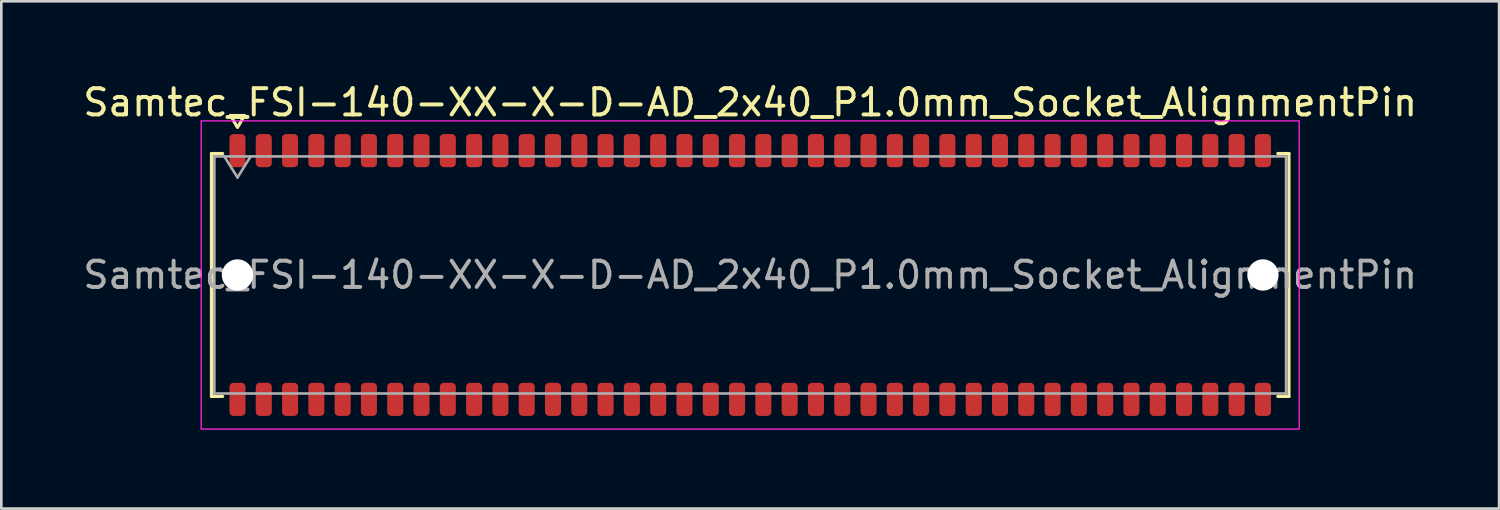
<source format=kicad_pcb>
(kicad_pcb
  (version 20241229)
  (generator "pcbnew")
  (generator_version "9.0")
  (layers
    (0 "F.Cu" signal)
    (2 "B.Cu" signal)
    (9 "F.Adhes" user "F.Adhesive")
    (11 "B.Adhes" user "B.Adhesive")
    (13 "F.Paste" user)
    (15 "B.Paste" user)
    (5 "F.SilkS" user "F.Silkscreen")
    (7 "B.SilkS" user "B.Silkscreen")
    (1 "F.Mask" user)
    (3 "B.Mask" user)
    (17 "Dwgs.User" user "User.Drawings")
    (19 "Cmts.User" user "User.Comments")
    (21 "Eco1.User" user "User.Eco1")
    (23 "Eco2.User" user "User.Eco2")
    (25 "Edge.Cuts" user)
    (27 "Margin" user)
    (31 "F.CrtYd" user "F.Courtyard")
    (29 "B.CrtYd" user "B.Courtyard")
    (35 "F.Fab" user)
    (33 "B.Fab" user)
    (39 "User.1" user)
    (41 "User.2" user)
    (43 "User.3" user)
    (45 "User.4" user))
  (footprint "Samtec_FSI-140-XX-X-D-AD_2x40_P1.0mm_Socket_AlignmentPin"
    (layer "F.Cu")
    (at 25.482 7.408)
    (property "Reference" "Samtec_FSI-140-XX-X-D-AD_2x40_P1.0mm_Socket_AlignmentPin" (at 0 -6.56 0) (layer "F.SilkS") (effects (font (size 1 1) (thickness 0.15))))
    (attr smd)
    (fp_line (start -20.49 -4.619) (end -20.065 -4.619) (stroke (width 0.12) (type solid)) (layer "F.SilkS"))
    (fp_line (start -20.49 4.619) (end -20.49 -4.619) (stroke (width 0.12) (type solid)) (layer "F.SilkS"))
    (fp_line (start -20.065 4.619) (end -20.49 4.619) (stroke (width 0.12) (type solid)) (layer "F.SilkS"))
    (fp_line (start -19.764 -6.066) (end -19.507 -5.62) (stroke (width 0.12) (type solid)) (layer "F.SilkS"))
    (fp_line (start -19.493 -5.62) (end -19.236 -6.066) (stroke (width 0.12) (type solid)) (layer "F.SilkS"))
    (fp_line (start -19.236 -6.066) (end -19.764 -6.066) (stroke (width 0.12) (type solid)) (layer "F.SilkS"))
    (fp_line (start 20.065 -4.619) (end 20.49 -4.619) (stroke (width 0.12) (type solid)) (layer "F.SilkS"))
    (fp_line (start 20.49 -4.619) (end 20.49 4.619) (stroke (width 0.12) (type solid)) (layer "F.SilkS"))
    (fp_line (start 20.49 4.619) (end 20.065 4.619) (stroke (width 0.12) (type solid)) (layer "F.SilkS"))
    (fp_rect (start -20.88 -5.86) (end 20.88 5.86) (stroke (width 0.05) (type solid)) (fill no) (layer "F.CrtYd"))
    (fp_line (start -20.38 -4.508) (end 20.38 -4.508) (stroke (width 0.1) (type solid)) (layer "F.Fab"))
    (fp_line (start -20.38 4.508) (end -20.38 -4.508) (stroke (width 0.1) (type solid)) (layer "F.Fab"))
    (fp_line (start -20 -4.508) (end -19.5 -3.708) (stroke (width 0.1) (type solid)) (layer "F.Fab"))
    (fp_line (start -19.5 -3.708) (end -19 -4.508) (stroke (width 0.1) (type solid)) (layer "F.Fab"))
    (fp_line (start 20.38 -4.508) (end 20.38 4.508) (stroke (width 0.1) (type solid)) (layer "F.Fab"))
    (fp_line (start 20.38 4.508) (end -20.38 4.508) (stroke (width 0.1) (type solid)) (layer "F.Fab"))
    (fp_text user "${REFERENCE}" (at 0 0 0) (layer "F.Fab") (effects (font (size 1 1) (thickness 0.15))))
    (pad "" np_thru_hole circle (at -19.5 0) (size 1.19 1.19) (drill 1.19) (layers "*.Cu" "*.Mask"))
    (pad "" np_thru_hole circle (at 19.5 0) (size 1.19 1.19) (drill 1.19) (layers "*.Cu" "*.Mask"))
    (pad "1" smd roundrect (at -19.5 -4.73) (size 0.61 1.26) (layers "F.Cu" "F.Mask" "F.Paste") (roundrect_rratio 0.25))
    (pad "2" smd roundrect (at -19.5 4.73) (size 0.61 1.26) (layers "F.Cu" "F.Mask" "F.Paste") (roundrect_rratio 0.25))
    (pad "3" smd roundrect (at -18.5 -4.73) (size 0.61 1.26) (layers "F.Cu" "F.Mask" "F.Paste") (roundrect_rratio 0.25))
    (pad "4" smd roundrect (at -18.5 4.73) (size 0.61 1.26) (layers "F.Cu" "F.Mask" "F.Paste") (roundrect_rratio 0.25))
    (pad "5" smd roundrect (at -17.5 -4.73) (size 0.61 1.26) (layers "F.Cu" "F.Mask" "F.Paste") (roundrect_rratio 0.25))
    (pad "6" smd roundrect (at -17.5 4.73) (size 0.61 1.26) (layers "F.Cu" "F.Mask" "F.Paste") (roundrect_rratio 0.25))
    (pad "7" smd roundrect (at -16.5 -4.73) (size 0.61 1.26) (layers "F.Cu" "F.Mask" "F.Paste") (roundrect_rratio 0.25))
    (pad "8" smd roundrect (at -16.5 4.73) (size 0.61 1.26) (layers "F.Cu" "F.Mask" "F.Paste") (roundrect_rratio 0.25))
    (pad "9" smd roundrect (at -15.5 -4.73) (size 0.61 1.26) (layers "F.Cu" "F.Mask" "F.Paste") (roundrect_rratio 0.25))
    (pad "10" smd roundrect (at -15.5 4.73) (size 0.61 1.26) (layers "F.Cu" "F.Mask" "F.Paste") (roundrect_rratio 0.25))
    (pad "11" smd roundrect (at -14.5 -4.73) (size 0.61 1.26) (layers "F.Cu" "F.Mask" "F.Paste") (roundrect_rratio 0.25))
    (pad "12" smd roundrect (at -14.5 4.73) (size 0.61 1.26) (layers "F.Cu" "F.Mask" "F.Paste") (roundrect_rratio 0.25))
    (pad "13" smd roundrect (at -13.5 -4.73) (size 0.61 1.26) (layers "F.Cu" "F.Mask" "F.Paste") (roundrect_rratio 0.25))
    (pad "14" smd roundrect (at -13.5 4.73) (size 0.61 1.26) (layers "F.Cu" "F.Mask" "F.Paste") (roundrect_rratio 0.25))
    (pad "15" smd roundrect (at -12.5 -4.73) (size 0.61 1.26) (layers "F.Cu" "F.Mask" "F.Paste") (roundrect_rratio 0.25))
    (pad "16" smd roundrect (at -12.5 4.73) (size 0.61 1.26) (layers "F.Cu" "F.Mask" "F.Paste") (roundrect_rratio 0.25))
    (pad "17" smd roundrect (at -11.5 -4.73) (size 0.61 1.26) (layers "F.Cu" "F.Mask" "F.Paste") (roundrect_rratio 0.25))
    (pad "18" smd roundrect (at -11.5 4.73) (size 0.61 1.26) (layers "F.Cu" "F.Mask" "F.Paste") (roundrect_rratio 0.25))
    (pad "19" smd roundrect (at -10.5 -4.73) (size 0.61 1.26) (layers "F.Cu" "F.Mask" "F.Paste") (roundrect_rratio 0.25))
    (pad "20" smd roundrect (at -10.5 4.73) (size 0.61 1.26) (layers "F.Cu" "F.Mask" "F.Paste") (roundrect_rratio 0.25))
    (pad "21" smd roundrect (at -9.5 -4.73) (size 0.61 1.26) (layers "F.Cu" "F.Mask" "F.Paste") (roundrect_rratio 0.25))
    (pad "22" smd roundrect (at -9.5 4.73) (size 0.61 1.26) (layers "F.Cu" "F.Mask" "F.Paste") (roundrect_rratio 0.25))
    (pad "23" smd roundrect (at -8.5 -4.73) (size 0.61 1.26) (layers "F.Cu" "F.Mask" "F.Paste") (roundrect_rratio 0.25))
    (pad "24" smd roundrect (at -8.5 4.73) (size 0.61 1.26) (layers "F.Cu" "F.Mask" "F.Paste") (roundrect_rratio 0.25))
    (pad "25" smd roundrect (at -7.5 -4.73) (size 0.61 1.26) (layers "F.Cu" "F.Mask" "F.Paste") (roundrect_rratio 0.25))
    (pad "26" smd roundrect (at -7.5 4.73) (size 0.61 1.26) (layers "F.Cu" "F.Mask" "F.Paste") (roundrect_rratio 0.25))
    (pad "27" smd roundrect (at -6.5 -4.73) (size 0.61 1.26) (layers "F.Cu" "F.Mask" "F.Paste") (roundrect_rratio 0.25))
    (pad "28" smd roundrect (at -6.5 4.73) (size 0.61 1.26) (layers "F.Cu" "F.Mask" "F.Paste") (roundrect_rratio 0.25))
    (pad "29" smd roundrect (at -5.5 -4.73) (size 0.61 1.26) (layers "F.Cu" "F.Mask" "F.Paste") (roundrect_rratio 0.25))
    (pad "30" smd roundrect (at -5.5 4.73) (size 0.61 1.26) (layers "F.Cu" "F.Mask" "F.Paste") (roundrect_rratio 0.25))
    (pad "31" smd roundrect (at -4.5 -4.73) (size 0.61 1.26) (layers "F.Cu" "F.Mask" "F.Paste") (roundrect_rratio 0.25))
    (pad "32" smd roundrect (at -4.5 4.73) (size 0.61 1.26) (layers "F.Cu" "F.Mask" "F.Paste") (roundrect_rratio 0.25))
    (pad "33" smd roundrect (at -3.5 -4.73) (size 0.61 1.26) (layers "F.Cu" "F.Mask" "F.Paste") (roundrect_rratio 0.25))
    (pad "34" smd roundrect (at -3.5 4.73) (size 0.61 1.26) (layers "F.Cu" "F.Mask" "F.Paste") (roundrect_rratio 0.25))
    (pad "35" smd roundrect (at -2.5 -4.73) (size 0.61 1.26) (layers "F.Cu" "F.Mask" "F.Paste") (roundrect_rratio 0.25))
    (pad "36" smd roundrect (at -2.5 4.73) (size 0.61 1.26) (layers "F.Cu" "F.Mask" "F.Paste") (roundrect_rratio 0.25))
    (pad "37" smd roundrect (at -1.5 -4.73) (size 0.61 1.26) (layers "F.Cu" "F.Mask" "F.Paste") (roundrect_rratio 0.25))
    (pad "38" smd roundrect (at -1.5 4.73) (size 0.61 1.26) (layers "F.Cu" "F.Mask" "F.Paste") (roundrect_rratio 0.25))
    (pad "39" smd roundrect (at -0.5 -4.73) (size 0.61 1.26) (layers "F.Cu" "F.Mask" "F.Paste") (roundrect_rratio 0.25))
    (pad "40" smd roundrect (at -0.5 4.73) (size 0.61 1.26) (layers "F.Cu" "F.Mask" "F.Paste") (roundrect_rratio 0.25))
    (pad "41" smd roundrect (at 0.5 -4.73) (size 0.61 1.26) (layers "F.Cu" "F.Mask" "F.Paste") (roundrect_rratio 0.25))
    (pad "42" smd roundrect (at 0.5 4.73) (size 0.61 1.26) (layers "F.Cu" "F.Mask" "F.Paste") (roundrect_rratio 0.25))
    (pad "43" smd roundrect (at 1.5 -4.73) (size 0.61 1.26) (layers "F.Cu" "F.Mask" "F.Paste") (roundrect_rratio 0.25))
    (pad "44" smd roundrect (at 1.5 4.73) (size 0.61 1.26) (layers "F.Cu" "F.Mask" "F.Paste") (roundrect_rratio 0.25))
    (pad "45" smd roundrect (at 2.5 -4.73) (size 0.61 1.26) (layers "F.Cu" "F.Mask" "F.Paste") (roundrect_rratio 0.25))
    (pad "46" smd roundrect (at 2.5 4.73) (size 0.61 1.26) (layers "F.Cu" "F.Mask" "F.Paste") (roundrect_rratio 0.25))
    (pad "47" smd roundrect (at 3.5 -4.73) (size 0.61 1.26) (layers "F.Cu" "F.Mask" "F.Paste") (roundrect_rratio 0.25))
    (pad "48" smd roundrect (at 3.5 4.73) (size 0.61 1.26) (layers "F.Cu" "F.Mask" "F.Paste") (roundrect_rratio 0.25))
    (pad "49" smd roundrect (at 4.5 -4.73) (size 0.61 1.26) (layers "F.Cu" "F.Mask" "F.Paste") (roundrect_rratio 0.25))
    (pad "50" smd roundrect (at 4.5 4.73) (size 0.61 1.26) (layers "F.Cu" "F.Mask" "F.Paste") (roundrect_rratio 0.25))
    (pad "51" smd roundrect (at 5.5 -4.73) (size 0.61 1.26) (layers "F.Cu" "F.Mask" "F.Paste") (roundrect_rratio 0.25))
    (pad "52" smd roundrect (at 5.5 4.73) (size 0.61 1.26) (layers "F.Cu" "F.Mask" "F.Paste") (roundrect_rratio 0.25))
    (pad "53" smd roundrect (at 6.5 -4.73) (size 0.61 1.26) (layers "F.Cu" "F.Mask" "F.Paste") (roundrect_rratio 0.25))
    (pad "54" smd roundrect (at 6.5 4.73) (size 0.61 1.26) (layers "F.Cu" "F.Mask" "F.Paste") (roundrect_rratio 0.25))
    (pad "55" smd roundrect (at 7.5 -4.73) (size 0.61 1.26) (layers "F.Cu" "F.Mask" "F.Paste") (roundrect_rratio 0.25))
    (pad "56" smd roundrect (at 7.5 4.73) (size 0.61 1.26) (layers "F.Cu" "F.Mask" "F.Paste") (roundrect_rratio 0.25))
    (pad "57" smd roundrect (at 8.5 -4.73) (size 0.61 1.26) (layers "F.Cu" "F.Mask" "F.Paste") (roundrect_rratio 0.25))
    (pad "58" smd roundrect (at 8.5 4.73) (size 0.61 1.26) (layers "F.Cu" "F.Mask" "F.Paste") (roundrect_rratio 0.25))
    (pad "59" smd roundrect (at 9.5 -4.73) (size 0.61 1.26) (layers "F.Cu" "F.Mask" "F.Paste") (roundrect_rratio 0.25))
    (pad "60" smd roundrect (at 9.5 4.73) (size 0.61 1.26) (layers "F.Cu" "F.Mask" "F.Paste") (roundrect_rratio 0.25))
    (pad "61" smd roundrect (at 10.5 -4.73) (size 0.61 1.26) (layers "F.Cu" "F.Mask" "F.Paste") (roundrect_rratio 0.25))
    (pad "62" smd roundrect (at 10.5 4.73) (size 0.61 1.26) (layers "F.Cu" "F.Mask" "F.Paste") (roundrect_rratio 0.25))
    (pad "63" smd roundrect (at 11.5 -4.73) (size 0.61 1.26) (layers "F.Cu" "F.Mask" "F.Paste") (roundrect_rratio 0.25))
    (pad "64" smd roundrect (at 11.5 4.73) (size 0.61 1.26) (layers "F.Cu" "F.Mask" "F.Paste") (roundrect_rratio 0.25))
    (pad "65" smd roundrect (at 12.5 -4.73) (size 0.61 1.26) (layers "F.Cu" "F.Mask" "F.Paste") (roundrect_rratio 0.25))
    (pad "66" smd roundrect (at 12.5 4.73) (size 0.61 1.26) (layers "F.Cu" "F.Mask" "F.Paste") (roundrect_rratio 0.25))
    (pad "67" smd roundrect (at 13.5 -4.73) (size 0.61 1.26) (layers "F.Cu" "F.Mask" "F.Paste") (roundrect_rratio 0.25))
    (pad "68" smd roundrect (at 13.5 4.73) (size 0.61 1.26) (layers "F.Cu" "F.Mask" "F.Paste") (roundrect_rratio 0.25))
    (pad "69" smd roundrect (at 14.5 -4.73) (size 0.61 1.26) (layers "F.Cu" "F.Mask" "F.Paste") (roundrect_rratio 0.25))
    (pad "70" smd roundrect (at 14.5 4.73) (size 0.61 1.26) (layers "F.Cu" "F.Mask" "F.Paste") (roundrect_rratio 0.25))
    (pad "71" smd roundrect (at 15.5 -4.73) (size 0.61 1.26) (layers "F.Cu" "F.Mask" "F.Paste") (roundrect_rratio 0.25))
    (pad "72" smd roundrect (at 15.5 4.73) (size 0.61 1.26) (layers "F.Cu" "F.Mask" "F.Paste") (roundrect_rratio 0.25))
    (pad "73" smd roundrect (at 16.5 -4.73) (size 0.61 1.26) (layers "F.Cu" "F.Mask" "F.Paste") (roundrect_rratio 0.25))
    (pad "74" smd roundrect (at 16.5 4.73) (size 0.61 1.26) (layers "F.Cu" "F.Mask" "F.Paste") (roundrect_rratio 0.25))
    (pad "75" smd roundrect (at 17.5 -4.73) (size 0.61 1.26) (layers "F.Cu" "F.Mask" "F.Paste") (roundrect_rratio 0.25))
    (pad "76" smd roundrect (at 17.5 4.73) (size 0.61 1.26) (layers "F.Cu" "F.Mask" "F.Paste") (roundrect_rratio 0.25))
    (pad "77" smd roundrect (at 18.5 -4.73) (size 0.61 1.26) (layers "F.Cu" "F.Mask" "F.Paste") (roundrect_rratio 0.25))
    (pad "78" smd roundrect (at 18.5 4.73) (size 0.61 1.26) (layers "F.Cu" "F.Mask" "F.Paste") (roundrect_rratio 0.25))
    (pad "79" smd roundrect (at 19.5 -4.73) (size 0.61 1.26) (layers "F.Cu" "F.Mask" "F.Paste") (roundrect_rratio 0.25))
    (pad "80" smd roundrect (at 19.5 4.73) (size 0.61 1.26) (layers "F.Cu" "F.Mask" "F.Paste") (roundrect_rratio 0.25)))
  (gr_rect
    (start -3 -3)
    (end 53.964 16.293)
    (stroke (width 0.1) (type default))
    (fill no)
    (layer "Edge.Cuts")))
</source>
